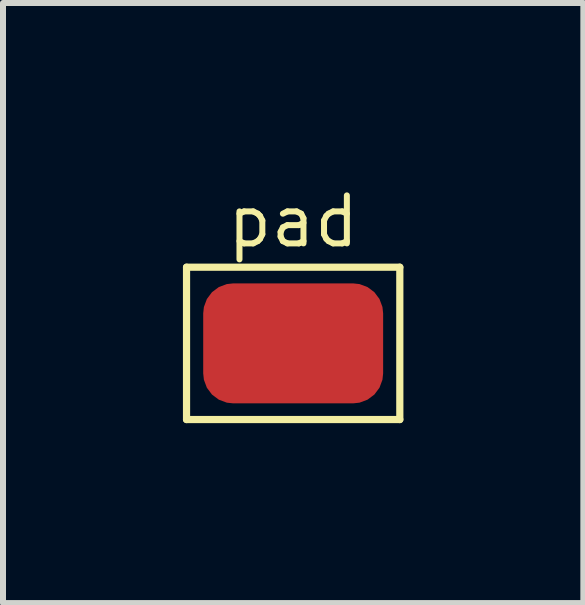
<source format=kicad_pcb>
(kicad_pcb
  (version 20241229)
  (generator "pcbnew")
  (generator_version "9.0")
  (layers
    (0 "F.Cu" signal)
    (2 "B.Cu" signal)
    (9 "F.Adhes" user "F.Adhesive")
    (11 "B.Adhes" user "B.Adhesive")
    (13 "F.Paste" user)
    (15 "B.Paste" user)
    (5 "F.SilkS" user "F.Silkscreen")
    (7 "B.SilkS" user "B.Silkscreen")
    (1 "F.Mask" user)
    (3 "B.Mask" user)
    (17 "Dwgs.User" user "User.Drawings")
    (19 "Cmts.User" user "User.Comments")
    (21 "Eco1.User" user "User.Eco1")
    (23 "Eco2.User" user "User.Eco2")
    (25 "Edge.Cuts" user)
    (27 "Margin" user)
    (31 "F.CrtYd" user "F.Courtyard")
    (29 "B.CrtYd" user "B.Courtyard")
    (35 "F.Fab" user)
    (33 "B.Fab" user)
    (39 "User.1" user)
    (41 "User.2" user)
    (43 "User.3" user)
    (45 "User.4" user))
  (footprint "pad"
    (layer "F.Cu")
    (at 1.838 2.675)
    (property "Reference" "pad" (at 0 -2.032 0) (unlocked yes) (layer "F.SilkS") (effects (font (size 0.8 0.8) (thickness 0.1))))
    (attr smd)
    (fp_line (start -1.778 -1.27) (end 1.778 -1.27) (stroke (width 0.12) (type solid)) (layer "F.SilkS"))
    (fp_line (start -1.778 1.27) (end -1.778 -1.27) (stroke (width 0.12) (type solid)) (layer "F.SilkS"))
    (fp_line (start 1.778 -1.27) (end 1.778 1.27) (stroke (width 0.12) (type solid)) (layer "F.SilkS"))
    (fp_line (start 1.778 1.27) (end -1.778 1.27) (stroke (width 0.12) (type solid)) (layer "F.SilkS"))
    (pad "1" smd roundrect (at 0 0) (size 3 2) (layers "F.Cu" "F.Mask" "F.Paste") (roundrect_rratio 0.25)))
  (gr_rect
    (start -3 -3)
    (end 6.676 7.005)
    (stroke (width 0.1) (type default))
    (fill no)
    (layer "Edge.Cuts")))
</source>
